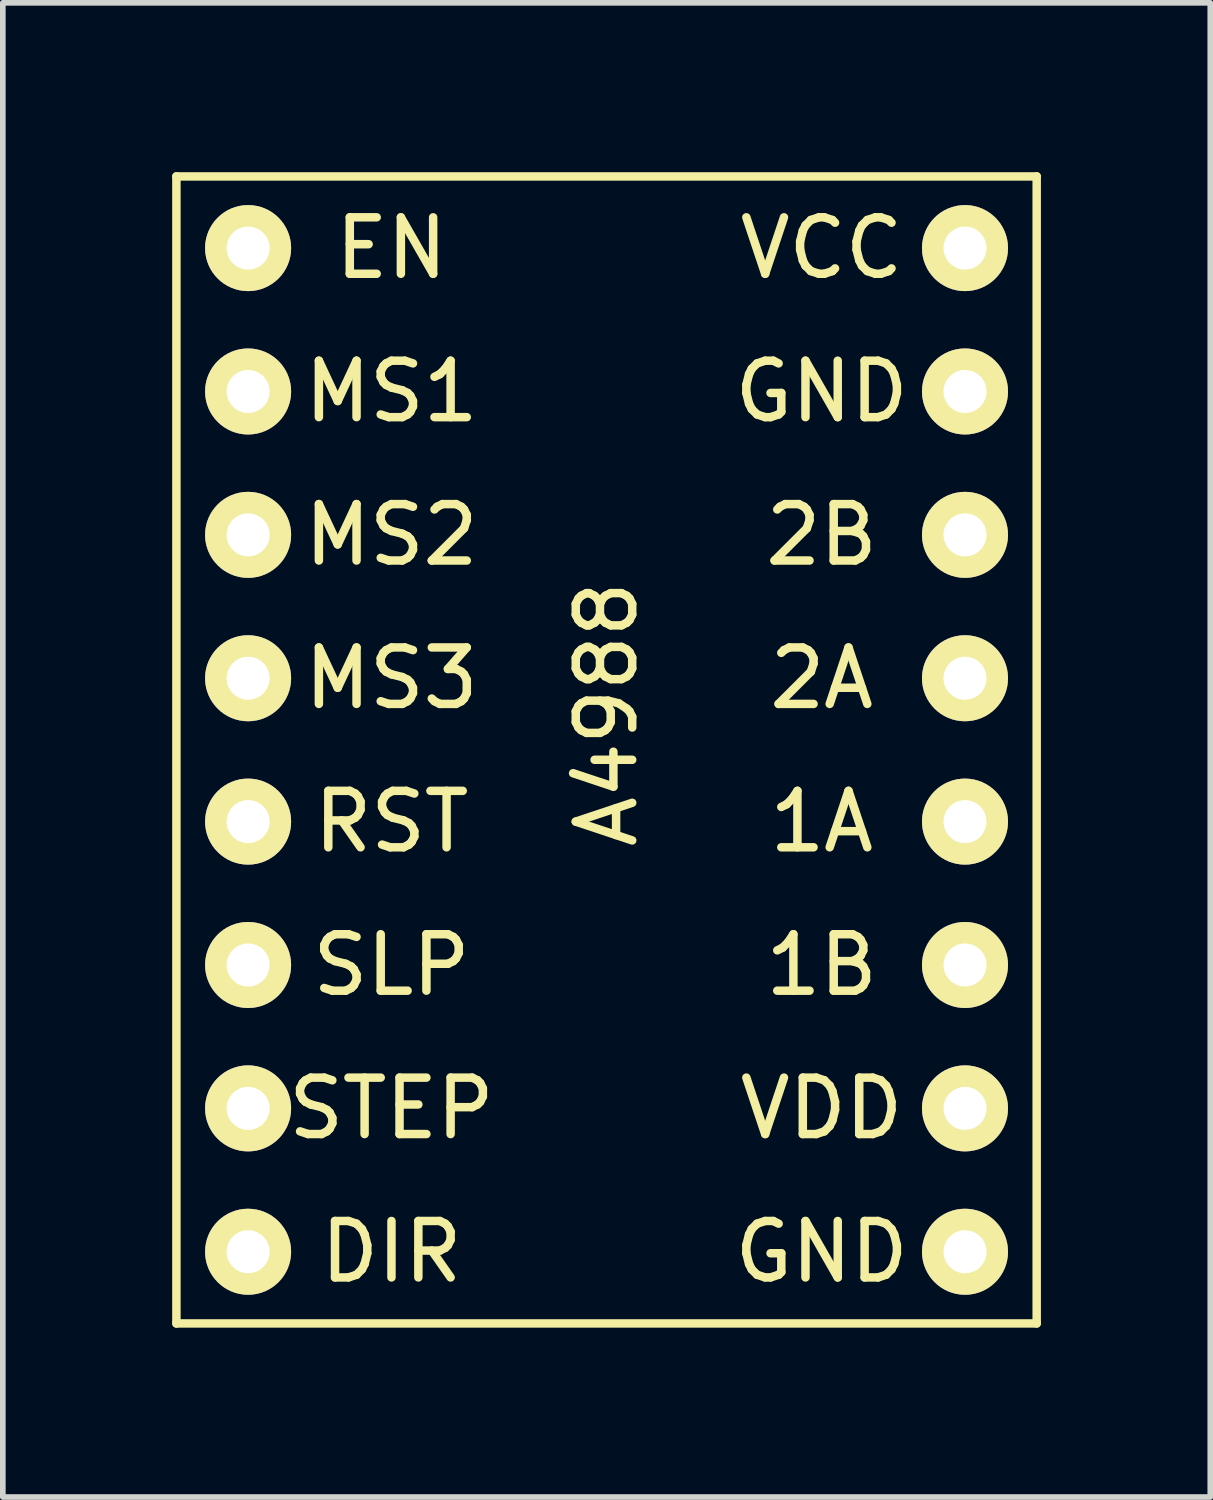
<source format=kicad_pcb>
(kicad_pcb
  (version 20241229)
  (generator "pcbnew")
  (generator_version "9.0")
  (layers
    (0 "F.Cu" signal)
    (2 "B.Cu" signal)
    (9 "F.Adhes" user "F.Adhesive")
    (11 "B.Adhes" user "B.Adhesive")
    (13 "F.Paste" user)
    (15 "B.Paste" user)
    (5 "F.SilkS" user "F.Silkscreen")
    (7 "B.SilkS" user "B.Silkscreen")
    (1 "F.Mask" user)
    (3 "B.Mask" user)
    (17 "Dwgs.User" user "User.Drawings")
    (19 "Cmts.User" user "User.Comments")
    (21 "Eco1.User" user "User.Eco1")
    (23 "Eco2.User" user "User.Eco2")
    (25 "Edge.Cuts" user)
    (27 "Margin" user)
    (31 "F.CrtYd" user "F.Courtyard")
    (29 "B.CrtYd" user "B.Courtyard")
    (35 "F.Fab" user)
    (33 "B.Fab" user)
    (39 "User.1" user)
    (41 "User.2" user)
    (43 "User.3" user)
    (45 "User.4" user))
  (footprint "A4988"
    (layer "F.Cu")
    (at 11.505 16.585)
    (property "Reference" "A4988" (at -3.81 -6.985 90) (layer "F.SilkS") (effects (font (size 1 1) (thickness 0.15))))
    (attr through_hole)
    (fp_line (start -11.43 -16.51) (end 3.81 -16.51) (stroke (width 0.15) (type solid)) (layer "F.SilkS"))
    (fp_line (start -11.43 3.81) (end -11.43 -16.51) (stroke (width 0.15) (type solid)) (layer "F.SilkS"))
    (fp_line (start 3.81 -16.51) (end 3.81 3.81) (stroke (width 0.15) (type solid)) (layer "F.SilkS"))
    (fp_line (start 3.81 3.81) (end -11.43 3.81) (stroke (width 0.15) (type solid)) (layer "F.SilkS"))
    (fp_text user "EN" (at -7.62 -15.24 0) (layer "F.SilkS") (effects (font (size 1 1) (thickness 0.15))))
    (fp_text user "GND" (at 0 -12.7 0) (layer "F.SilkS") (effects (font (size 1 1) (thickness 0.15))))
    (fp_text user "MS3" (at -7.62 -7.62 0) (layer "F.SilkS") (effects (font (size 1 1) (thickness 0.15))))
    (fp_text user "DIR" (at -7.62 2.54 0) (layer "F.SilkS") (effects (font (size 1 1) (thickness 0.15))))
    (fp_text user "GND" (at 0 2.54 0) (layer "F.SilkS") (effects (font (size 1 1) (thickness 0.15))))
    (fp_text user "1A" (at 0 -5.08 0) (layer "F.SilkS") (effects (font (size 1 1) (thickness 0.15))))
    (fp_text user "MS1" (at -7.62 -12.7 0) (layer "F.SilkS") (effects (font (size 1 1) (thickness 0.15))))
    (fp_text user "MS2" (at -7.62 -10.16 0) (layer "F.SilkS") (effects (font (size 1 1) (thickness 0.15))))
    (fp_text user "SLP" (at -7.62 -2.54 0) (layer "F.SilkS") (effects (font (size 1 1) (thickness 0.15))))
    (fp_text user "VDD" (at 0 0 0) (layer "F.SilkS") (effects (font (size 1 1) (thickness 0.15))))
    (fp_text user "2A" (at 0 -7.62 0) (layer "F.SilkS") (effects (font (size 1 1) (thickness 0.15))))
    (fp_text user "RST" (at -7.62 -5.08 0) (layer "F.SilkS") (effects (font (size 1 1) (thickness 0.15))))
    (fp_text user "VCC" (at 0 -15.24 0) (layer "F.SilkS") (effects (font (size 1 1) (thickness 0.15))))
    (fp_text user "STEP" (at -7.62 0 0) (layer "F.SilkS") (effects (font (size 1 1) (thickness 0.15))))
    (fp_text user "1B" (at 0 -2.54 0) (layer "F.SilkS") (effects (font (size 1 1) (thickness 0.15))))
    (fp_text user "2B" (at 0 -10.16 0) (layer "F.SilkS") (effects (font (size 1 1) (thickness 0.15))))
    (pad "1" thru_hole circle (at 2.54 2.54) (size 1.524 1.524) (drill 0.762) (layers "*.Cu" "*.Mask" "F.SilkS"))
    (pad "2" thru_hole circle (at 2.54 0) (size 1.524 1.524) (drill 0.762) (layers "*.Cu" "*.Mask" "F.SilkS"))
    (pad "3" thru_hole circle (at 2.54 -2.54) (size 1.524 1.524) (drill 0.762) (layers "*.Cu" "*.Mask" "F.SilkS"))
    (pad "4" thru_hole circle (at 2.54 -5.08) (size 1.524 1.524) (drill 0.762) (layers "*.Cu" "*.Mask" "F.SilkS"))
    (pad "5" thru_hole circle (at 2.54 -7.62) (size 1.524 1.524) (drill 0.762) (layers "*.Cu" "*.Mask" "F.SilkS"))
    (pad "6" thru_hole circle (at 2.54 -10.16) (size 1.524 1.524) (drill 0.762) (layers "*.Cu" "*.Mask" "F.SilkS"))
    (pad "7" thru_hole circle (at 2.54 -12.7) (size 1.524 1.524) (drill 0.762) (layers "*.Cu" "*.Mask" "F.SilkS"))
    (pad "8" thru_hole circle (at 2.54 -15.24) (size 1.524 1.524) (drill 0.762) (layers "*.Cu" "*.Mask" "F.SilkS"))
    (pad "9" thru_hole circle (at -10.16 -15.24) (size 1.524 1.524) (drill 0.762) (layers "*.Cu" "*.Mask" "F.SilkS"))
    (pad "10" thru_hole circle (at -10.16 -12.7) (size 1.524 1.524) (drill 0.762) (layers "*.Cu" "*.Mask" "F.SilkS"))
    (pad "11" thru_hole circle (at -10.16 -10.16) (size 1.524 1.524) (drill 0.762) (layers "*.Cu" "*.Mask" "F.SilkS"))
    (pad "12" thru_hole circle (at -10.16 -7.62) (size 1.524 1.524) (drill 0.762) (layers "*.Cu" "*.Mask" "F.SilkS"))
    (pad "13" thru_hole circle (at -10.16 -5.08) (size 1.524 1.524) (drill 0.762) (layers "*.Cu" "*.Mask" "F.SilkS"))
    (pad "14" thru_hole circle (at -10.16 -2.54) (size 1.524 1.524) (drill 0.762) (layers "*.Cu" "*.Mask" "F.SilkS"))
    (pad "15" thru_hole circle (at -10.16 0) (size 1.524 1.524) (drill 0.762) (layers "*.Cu" "*.Mask" "F.SilkS"))
    (pad "16" thru_hole circle (at -10.16 2.54) (size 1.524 1.524) (drill 0.762) (layers "*.Cu" "*.Mask" "F.SilkS")))
  (gr_rect
    (start -3 -3)
    (end 18.39 23.47)
    (stroke (width 0.1) (type default))
    (fill no)
    (layer "Edge.Cuts")))
</source>
